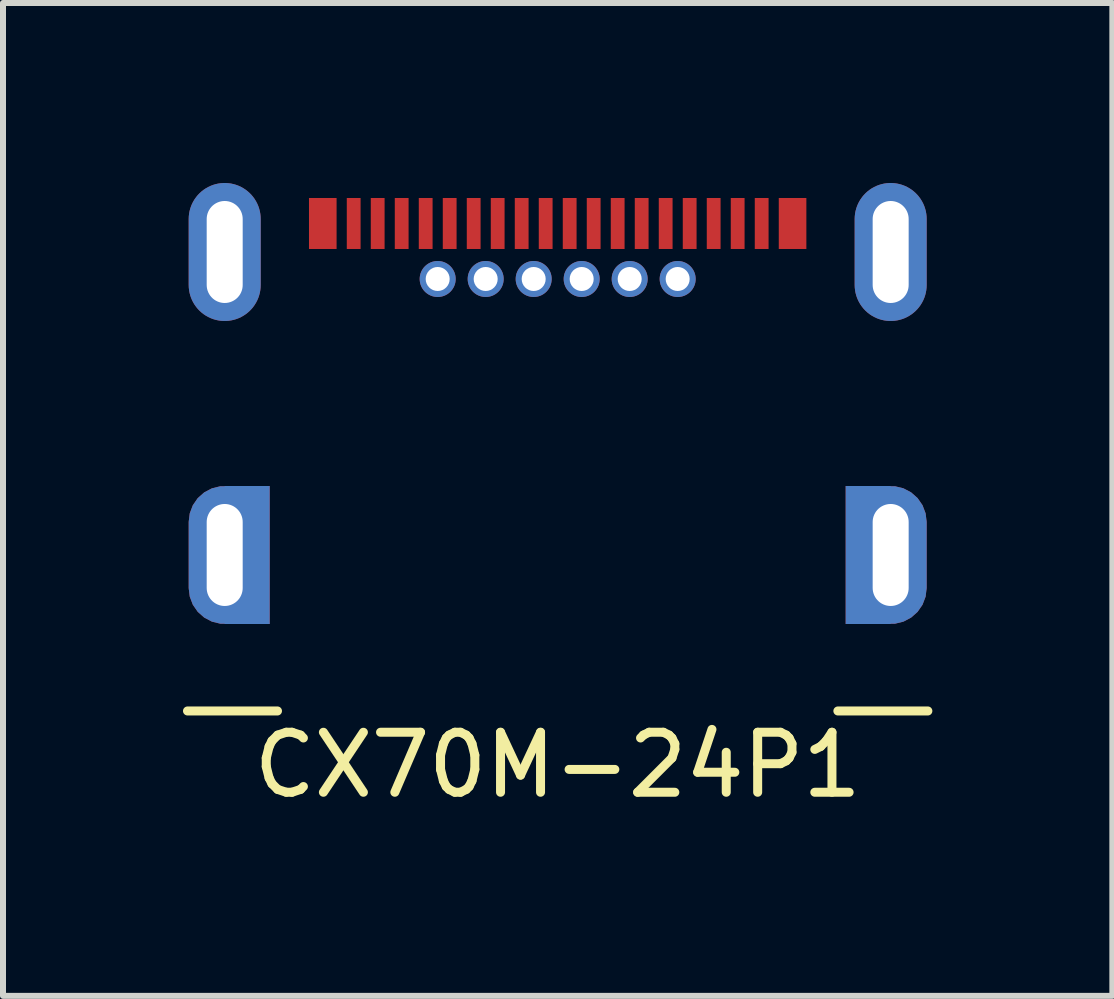
<source format=kicad_pcb>
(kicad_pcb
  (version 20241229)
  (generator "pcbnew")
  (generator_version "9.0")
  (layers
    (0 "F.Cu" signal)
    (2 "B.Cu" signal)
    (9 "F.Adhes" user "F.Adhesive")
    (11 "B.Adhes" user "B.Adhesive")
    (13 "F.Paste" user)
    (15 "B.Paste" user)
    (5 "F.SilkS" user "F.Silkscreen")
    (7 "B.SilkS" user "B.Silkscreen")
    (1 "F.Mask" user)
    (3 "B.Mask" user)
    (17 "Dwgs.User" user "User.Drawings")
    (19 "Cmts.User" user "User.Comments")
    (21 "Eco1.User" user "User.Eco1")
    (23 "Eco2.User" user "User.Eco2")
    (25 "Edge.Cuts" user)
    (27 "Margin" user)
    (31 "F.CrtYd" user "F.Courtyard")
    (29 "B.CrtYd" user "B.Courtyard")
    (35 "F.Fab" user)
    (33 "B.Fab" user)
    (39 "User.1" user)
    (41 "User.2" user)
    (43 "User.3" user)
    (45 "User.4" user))
  (footprint "CX70M-24P1"
    (layer "F.Cu")
    (at 6.245 8.8)
    (property "Reference" "CX70M-24P1" (at 0 0.9 0) (layer "F.SilkS") (effects (font (size 1 1) (thickness 0.15))))
    (attr smd)
    (fp_line (start -4.67 0) (end -6.17 0) (stroke (width 0.15) (type solid)) (layer "F.SilkS"))
    (fp_line (start 4.67 0) (end 6.17 0) (stroke (width 0.15) (type solid)) (layer "F.SilkS"))
    (fp_line (start -4.67 0) (end -4.67 -6.35) (stroke (width 0.15) (type solid)) (layer "Eco1.User"))
    (fp_line (start -4.37 -6.65) (end 4.37 -6.65) (stroke (width 0.15) (type solid)) (layer "Eco1.User"))
    (fp_line (start 4.67 0) (end 4.67 -6.35) (stroke (width 0.15) (type solid)) (layer "Eco1.User"))
    (fp_arc (start -4.67 -6.35) (mid -4.582132 -6.562132) (end -4.37 -6.65) (stroke (width 0.15) (type solid)) (layer "Eco1.User"))
    (fp_arc (start 4.37 -6.65) (mid 4.582132 -6.562132) (end 4.67 -6.35) (stroke (width 0.15) (type solid)) (layer "Eco1.User"))
    (pad "A1" smd rect (at -2.2 -8.125) (size 0.23 0.85) (layers "F.Cu" "F.Mask" "F.Paste"))
    (pad "A2" smd rect (at -1.8 -8.125) (size 0.23 0.85) (layers "F.Cu" "F.Mask" "F.Paste"))
    (pad "A3" smd rect (at -1.4 -8.125) (size 0.23 0.85) (layers "F.Cu" "F.Mask" "F.Paste"))
    (pad "A4" smd rect (at -1 -8.125) (size 0.23 0.85) (layers "F.Cu" "F.Mask" "F.Paste"))
    (pad "A5" smd rect (at -0.6 -8.125) (size 0.23 0.85) (layers "F.Cu" "F.Mask" "F.Paste"))
    (pad "A6" smd rect (at -0.2 -8.125) (size 0.23 0.85) (layers "F.Cu" "F.Mask" "F.Paste"))
    (pad "A7" smd rect (at 0.2 -8.125) (size 0.23 0.85) (layers "F.Cu" "F.Mask" "F.Paste"))
    (pad "A8" smd rect (at 0.6 -8.125) (size 0.23 0.85) (layers "F.Cu" "F.Mask" "F.Paste"))
    (pad "A9" smd rect (at 1 -8.125) (size 0.23 0.85) (layers "F.Cu" "F.Mask" "F.Paste"))
    (pad "A10" smd rect (at 1.4 -8.125) (size 0.23 0.85) (layers "F.Cu" "F.Mask" "F.Paste"))
    (pad "A11" smd rect (at 1.8 -8.125) (size 0.23 0.85) (layers "F.Cu" "F.Mask" "F.Paste"))
    (pad "A12" smd rect (at 2.2 -8.125) (size 0.23 0.85) (layers "F.Cu" "F.Mask" "F.Paste"))
    (pad "B1" smd rect (at 3.4 -8.125) (size 0.23 0.85) (layers "F.Cu" "F.Mask" "F.Paste"))
    (pad "B2" smd rect (at 3 -8.125) (size 0.23 0.85) (layers "F.Cu" "F.Mask" "F.Paste"))
    (pad "B3" smd rect (at 2.6 -8.125) (size 0.23 0.85) (layers "F.Cu" "F.Mask" "F.Paste"))
    (pad "B4" thru_hole circle (at 2 -7.2) (size 0.6 0.6) (drill 0.4) (layers "*.Cu" "*.Mask"))
    (pad "B5" thru_hole circle (at 1.2 -7.2) (size 0.6 0.6) (drill 0.4) (layers "*.Cu" "*.Mask"))
    (pad "B6" thru_hole circle (at 0.4 -7.2) (size 0.6 0.6) (drill 0.4) (layers "*.Cu" "*.Mask"))
    (pad "B7" thru_hole circle (at -0.4 -7.2) (size 0.6 0.6) (drill 0.4) (layers "*.Cu" "*.Mask"))
    (pad "B8" thru_hole circle (at -1.2 -7.2) (size 0.6 0.6) (drill 0.4) (layers "*.Cu" "*.Mask"))
    (pad "B9" thru_hole circle (at -2 -7.2) (size 0.6 0.6) (drill 0.4) (layers "*.Cu" "*.Mask"))
    (pad "B10" smd rect (at -2.6 -8.125) (size 0.23 0.85) (layers "F.Cu" "F.Mask" "F.Paste"))
    (pad "B11" smd rect (at -3 -8.125) (size 0.23 0.85) (layers "F.Cu" "F.Mask" "F.Paste"))
    (pad "B12" smd rect (at -3.4 -8.125) (size 0.23 0.85) (layers "F.Cu" "F.Mask" "F.Paste"))
    (pad "S1" thru_hole oval (at -5.55 -7.65) (size 1.2 2.3) (drill oval 0.6 1.7) (layers "*.Cu" "*.Mask"))
    (pad "S1" thru_hole custom (at -5.55 -2.6) (size 0.7 1.8) (drill oval 0.6 1.7) (layers "*.Cu" "*.Mask") (options (anchor rect)) (primitives (gr_line (start 0.45 0.55) (end 0.45 -0.55) (width 0.3)) (gr_line (start -0.45 0.55) (end -0.45 -0.55) (width 0.3)) (gr_arc (start 0.45 0.55) (mid 0 1) (end -0.45 0.55) (width 0.3)) (gr_arc (start -0.45 -0.55) (mid 0 -1) (end 0.45 -0.55) (width 0.3)) (gr_poly (pts (xy 0 -1.15) (xy 0.75 -1.15) (xy 0.75 1.15) (xy 0 1.15) (xy 0 0.85) (xy 0.3 0.85) (xy 0.3 -0.85) (xy 0 -0.85)) (width 0) (fill yes))))
    (pad "S1" smd rect (at -3.915 -8.125) (size 0.46 0.85) (layers "F.Cu" "F.Mask" "F.Paste"))
    (pad "S1" smd rect (at 3.915 -8.125) (size 0.46 0.85) (layers "F.Cu" "F.Mask" "F.Paste"))
    (pad "S1" thru_hole oval (at 5.55 -7.65) (size 1.2 2.3) (drill oval 0.6 1.7) (layers "*.Cu" "*.Mask"))
    (pad "S1" thru_hole custom (at 5.55 -2.6) (size 0.7 1.8) (drill oval 0.6 1.7) (layers "*.Cu" "*.Mask") (options (anchor rect)) (primitives (gr_line (start 0.45 0.55) (end 0.45 -0.55) (width 0.3)) (gr_line (start -0.45 0.55) (end -0.45 -0.55) (width 0.3)) (gr_arc (start 0.45 0.55) (mid 0 1) (end -0.45 0.55) (width 0.3)) (gr_arc (start -0.45 -0.55) (mid 0 -1) (end 0.45 -0.55) (width 0.3)) (gr_poly (pts (xy 0 -1.15) (xy -0.75 -1.15) (xy -0.75 1.15) (xy 0 1.15) (xy 0 0.85) (xy -0.3 0.85) (xy -0.3 -0.85) (xy 0 -0.85)) (width 0) (fill yes)))))
  (gr_rect
    (start -3 -3)
    (end 15.49 13.548)
    (stroke (width 0.1) (type default))
    (fill no)
    (layer "Edge.Cuts")))
</source>
